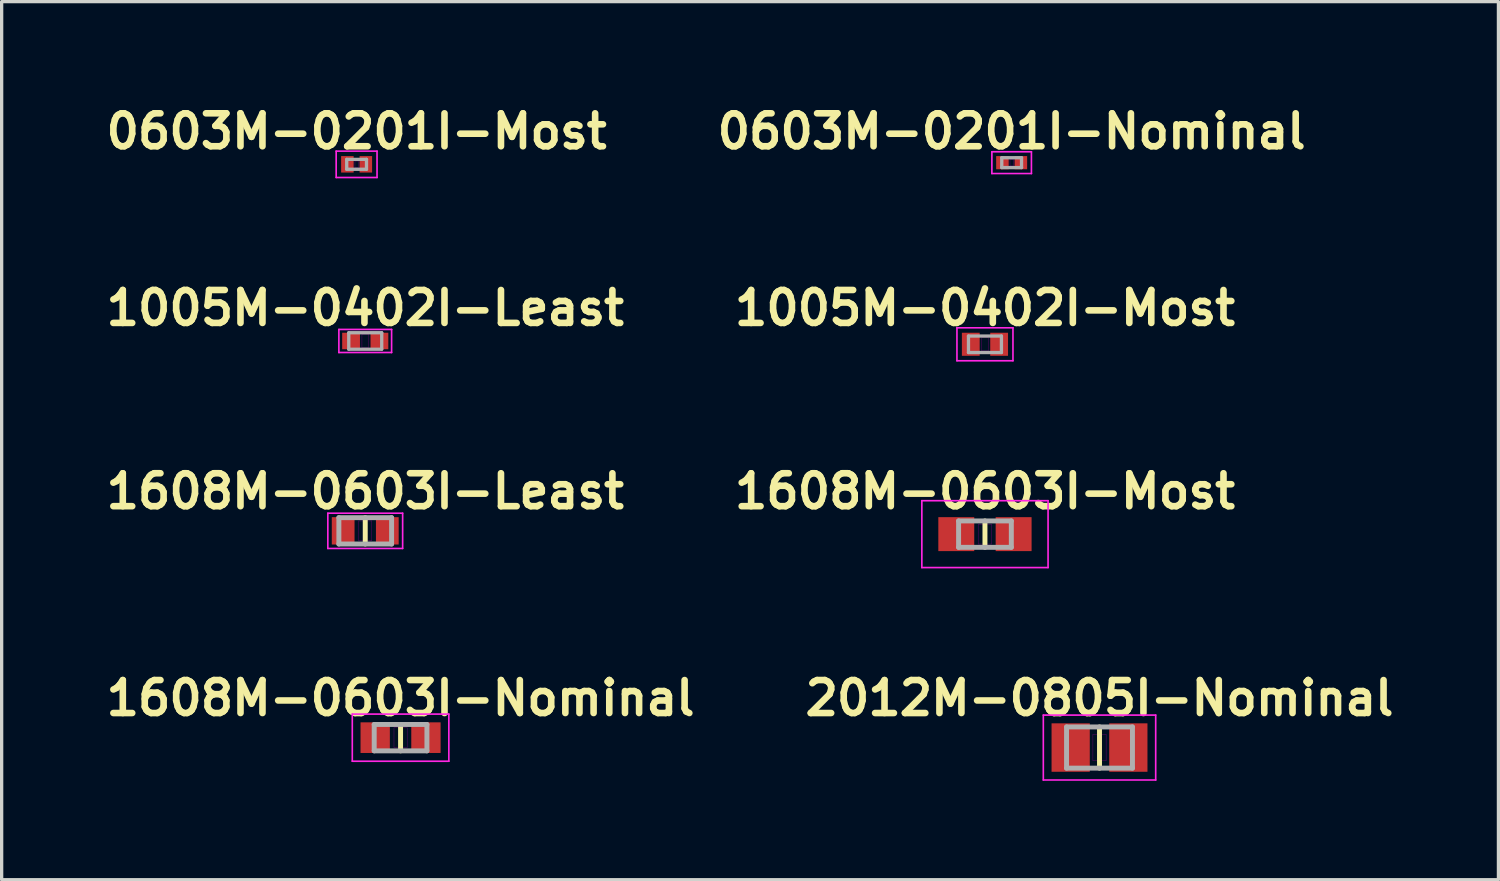
<source format=kicad_pcb>
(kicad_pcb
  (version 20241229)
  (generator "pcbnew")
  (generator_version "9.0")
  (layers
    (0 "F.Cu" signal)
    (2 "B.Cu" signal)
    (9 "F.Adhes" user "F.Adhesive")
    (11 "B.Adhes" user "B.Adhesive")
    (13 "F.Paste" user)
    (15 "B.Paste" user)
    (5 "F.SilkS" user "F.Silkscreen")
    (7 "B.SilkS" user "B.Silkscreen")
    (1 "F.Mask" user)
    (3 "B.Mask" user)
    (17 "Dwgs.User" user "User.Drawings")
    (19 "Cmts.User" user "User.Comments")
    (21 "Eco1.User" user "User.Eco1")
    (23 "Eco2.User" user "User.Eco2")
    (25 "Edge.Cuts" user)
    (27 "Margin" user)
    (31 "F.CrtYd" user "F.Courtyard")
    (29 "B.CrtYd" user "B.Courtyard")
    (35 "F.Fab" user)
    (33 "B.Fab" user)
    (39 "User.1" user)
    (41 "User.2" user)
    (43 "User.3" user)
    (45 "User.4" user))
  (footprint "0603M-0201I-Most"
    (layer "F.Cu")
    (at 7.771 1.936)
    (property "Reference" "0603M-0201I-Most" (at 0 -1 0) (layer "F.SilkS") (effects (font (size 1 1) (thickness 0.2))))
    (attr smd)
    (fp_line (start -0.05 -0.1) (end -0.05 0.1) (stroke (width 0.01) (type solid)) (layer "F.Adhes"))
    (fp_line (start -0.05 0.1) (end 0.05 0.1) (stroke (width 0.01) (type solid)) (layer "F.Adhes"))
    (fp_line (start 0.05 -0.1) (end -0.05 -0.1) (stroke (width 0.01) (type solid)) (layer "F.Adhes"))
    (fp_line (start 0.05 0.1) (end 0.05 -0.1) (stroke (width 0.01) (type solid)) (layer "F.Adhes"))
    (fp_line (start -0.62 -0.4) (end 0.62 -0.4) (stroke (width 0.05) (type solid)) (layer "F.CrtYd"))
    (fp_line (start -0.62 0.4) (end -0.62 -0.4) (stroke (width 0.05) (type solid)) (layer "F.CrtYd"))
    (fp_line (start 0.62 -0.4) (end 0.62 0.4) (stroke (width 0.05) (type solid)) (layer "F.CrtYd"))
    (fp_line (start 0.62 0.4) (end -0.62 0.4) (stroke (width 0.05) (type solid)) (layer "F.CrtYd"))
    (fp_line (start -0.3 -0.15) (end -0.3 0.15) (stroke (width 0.1) (type solid)) (layer "F.Fab"))
    (fp_line (start -0.3 0.15) (end 0.3 0.15) (stroke (width 0.1) (type solid)) (layer "F.Fab"))
    (fp_line (start 0.3 -0.15) (end -0.3 -0.15) (stroke (width 0.1) (type solid)) (layer "F.Fab"))
    (fp_line (start 0.3 0.15) (end 0.3 -0.15) (stroke (width 0.1) (type solid)) (layer "F.Fab"))
    (pad "1" smd rect (at -0.28 0) (size 0.38 0.5) (layers "F.Cu" "F.Mask" "F.Paste"))
    (pad "2" smd rect (at 0.28 0) (size 0.38 0.5) (layers "F.Cu" "F.Mask" "F.Paste")))
  (footprint "1608M-0603I-Least"
    (layer "F.Cu")
    (at 8.033 13.058)
    (property "Reference" "1608M-0603I-Least" (at 0 -1.2 0) (layer "F.SilkS") (effects (font (size 1 1) (thickness 0.2))))
    (attr smd)
    (fp_line (start 0 0.4) (end 0 -0.4) (stroke (width 0.15) (type solid)) (layer "F.SilkS"))
    (fp_line (start -0.2 -0.3) (end -0.2 0.3) (stroke (width 0.01) (type solid)) (layer "F.Adhes"))
    (fp_line (start -0.2 0.3) (end 0.2 0.3) (stroke (width 0.01) (type solid)) (layer "F.Adhes"))
    (fp_line (start 0.2 -0.3) (end -0.2 -0.3) (stroke (width 0.01) (type solid)) (layer "F.Adhes"))
    (fp_line (start 0.2 0.3) (end 0.2 -0.3) (stroke (width 0.01) (type solid)) (layer "F.Adhes"))
    (fp_line (start -1.135 -0.535) (end 1.135 -0.535) (stroke (width 0.05) (type solid)) (layer "F.CrtYd"))
    (fp_line (start -1.135 0.535) (end -1.135 -0.535) (stroke (width 0.05) (type solid)) (layer "F.CrtYd"))
    (fp_line (start 1.135 -0.535) (end 1.135 0.535) (stroke (width 0.05) (type solid)) (layer "F.CrtYd"))
    (fp_line (start 1.135 0.535) (end -1.135 0.535) (stroke (width 0.05) (type solid)) (layer "F.CrtYd"))
    (fp_line (start -0.8 -0.4) (end -0.8 0.4) (stroke (width 0.15) (type solid)) (layer "F.Fab"))
    (fp_line (start -0.8 0.4) (end 0.8 0.4) (stroke (width 0.15) (type solid)) (layer "F.Fab"))
    (fp_line (start 0.8 -0.4) (end -0.8 -0.4) (stroke (width 0.15) (type solid)) (layer "F.Fab"))
    (fp_line (start 0.8 0.4) (end 0.8 -0.4) (stroke (width 0.15) (type solid)) (layer "F.Fab"))
    (pad "1" smd rect (at -0.67 0) (size 0.69 0.83) (layers "F.Cu" "F.Mask" "F.Paste"))
    (pad "2" smd rect (at 0.67 0) (size 0.69 0.83) (layers "F.Cu" "F.Mask" "F.Paste")))
  (footprint "2012M-0805I-Nominal"
    (layer "F.Cu")
    (at 30.314 19.634)
    (property "Reference" "2012M-0805I-Nominal" (at 0 -1.5 0) (layer "F.SilkS") (effects (font (size 1 1) (thickness 0.2))))
    (attr smd)
    (fp_line (start 0 -0.625) (end 0 0.625) (stroke (width 0.15) (type solid)) (layer "F.SilkS"))
    (fp_line (start -0.2 -0.4) (end -0.2 0.4) (stroke (width 0.01) (type solid)) (layer "F.Adhes"))
    (fp_line (start -0.2 0.4) (end 0.2 0.4) (stroke (width 0.01) (type solid)) (layer "F.Adhes"))
    (fp_line (start 0.2 -0.4) (end -0.2 -0.4) (stroke (width 0.01) (type solid)) (layer "F.Adhes"))
    (fp_line (start 0.2 0.4) (end 0.2 -0.4) (stroke (width 0.01) (type solid)) (layer "F.Adhes"))
    (fp_line (start -1.705 -0.985) (end 1.705 -0.985) (stroke (width 0.05) (type solid)) (layer "F.CrtYd"))
    (fp_line (start -1.705 0.985) (end -1.705 -0.985) (stroke (width 0.05) (type solid)) (layer "F.CrtYd"))
    (fp_line (start 1.705 -0.985) (end 1.705 0.985) (stroke (width 0.05) (type solid)) (layer "F.CrtYd"))
    (fp_line (start 1.705 0.985) (end -1.705 0.985) (stroke (width 0.05) (type solid)) (layer "F.CrtYd"))
    (fp_line (start -1 -0.625) (end -1 0.625) (stroke (width 0.15) (type solid)) (layer "F.Fab"))
    (fp_line (start -1 0.625) (end 1 0.625) (stroke (width 0.15) (type solid)) (layer "F.Fab"))
    (fp_line (start 1 -0.625) (end -1 -0.625) (stroke (width 0.15) (type solid)) (layer "F.Fab"))
    (fp_line (start 1 0.625) (end 1 -0.625) (stroke (width 0.15) (type solid)) (layer "F.Fab"))
    (pad "1" smd rect (at -0.875 0) (size 1.16 1.47) (layers "F.Cu" "F.Mask" "F.Paste"))
    (pad "2" smd rect (at 0.875 0) (size 1.16 1.47) (layers "F.Cu" "F.Mask" "F.Paste")))
  (footprint "1608M-0603I-Nominal"
    (layer "F.Cu")
    (at 9.105 19.334)
    (property "Reference" "1608M-0603I-Nominal" (at 0 -1.2 0) (layer "F.SilkS") (effects (font (size 1 1) (thickness 0.2))))
    (attr smd)
    (fp_line (start 0 0.4) (end 0 -0.4) (stroke (width 0.15) (type solid)) (layer "F.SilkS"))
    (fp_line (start -0.2 -0.3) (end -0.2 0.3) (stroke (width 0.01) (type solid)) (layer "F.Adhes"))
    (fp_line (start -0.2 0.3) (end 0.2 0.3) (stroke (width 0.01) (type solid)) (layer "F.Adhes"))
    (fp_line (start 0.2 -0.3) (end -0.2 -0.3) (stroke (width 0.01) (type solid)) (layer "F.Adhes"))
    (fp_line (start 0.2 0.3) (end 0.2 -0.3) (stroke (width 0.01) (type solid)) (layer "F.Adhes"))
    (fp_line (start -1.465 -0.715) (end 1.465 -0.715) (stroke (width 0.05) (type solid)) (layer "F.CrtYd"))
    (fp_line (start -1.465 0.715) (end -1.465 -0.715) (stroke (width 0.05) (type solid)) (layer "F.CrtYd"))
    (fp_line (start 1.465 -0.715) (end 1.465 0.715) (stroke (width 0.05) (type solid)) (layer "F.CrtYd"))
    (fp_line (start 1.465 0.715) (end -1.465 0.715) (stroke (width 0.05) (type solid)) (layer "F.CrtYd"))
    (fp_line (start -0.8 -0.4) (end -0.8 0.4) (stroke (width 0.15) (type solid)) (layer "F.Fab"))
    (fp_line (start -0.8 0.4) (end 0.8 0.4) (stroke (width 0.15) (type solid)) (layer "F.Fab"))
    (fp_line (start 0.8 -0.4) (end -0.8 -0.4) (stroke (width 0.15) (type solid)) (layer "F.Fab"))
    (fp_line (start 0.8 0.4) (end 0.8 -0.4) (stroke (width 0.15) (type solid)) (layer "F.Fab"))
    (pad "1" smd rect (at -0.77 0) (size 0.89 0.93) (layers "F.Cu" "F.Mask" "F.Paste"))
    (pad "2" smd rect (at 0.77 0) (size 0.89 0.93) (layers "F.Cu" "F.Mask" "F.Paste")))
  (footprint "1608M-0603I-Most"
    (layer "F.Cu")
    (at 26.838 13.158)
    (property "Reference" "1608M-0603I-Most" (at 0 -1.3 0) (layer "F.SilkS") (effects (font (size 1 1) (thickness 0.2))))
    (attr smd)
    (fp_line (start 0 -0.4) (end 0 0.4) (stroke (width 0.15) (type solid)) (layer "F.SilkS"))
    (fp_line (start -0.2 -0.3) (end -0.2 0.3) (stroke (width 0.01) (type solid)) (layer "F.Adhes"))
    (fp_line (start -0.2 0.3) (end 0.2 0.3) (stroke (width 0.01) (type solid)) (layer "F.Adhes"))
    (fp_line (start 0.2 -0.3) (end -0.2 -0.3) (stroke (width 0.01) (type solid)) (layer "F.Adhes"))
    (fp_line (start 0.2 0.3) (end 0.2 -0.3) (stroke (width 0.01) (type solid)) (layer "F.Adhes"))
    (fp_line (start -1.915 -1.015) (end 1.915 -1.015) (stroke (width 0.05) (type solid)) (layer "F.CrtYd"))
    (fp_line (start -1.915 1.015) (end -1.915 -1.015) (stroke (width 0.05) (type solid)) (layer "F.CrtYd"))
    (fp_line (start 1.915 -1.015) (end 1.915 1.015) (stroke (width 0.05) (type solid)) (layer "F.CrtYd"))
    (fp_line (start 1.915 1.015) (end -1.915 1.015) (stroke (width 0.05) (type solid)) (layer "F.CrtYd"))
    (fp_line (start -0.8 -0.4) (end -0.8 0.4) (stroke (width 0.15) (type solid)) (layer "F.Fab"))
    (fp_line (start -0.8 0.4) (end 0.8 0.4) (stroke (width 0.15) (type solid)) (layer "F.Fab"))
    (fp_line (start 0.8 -0.4) (end -0.8 -0.4) (stroke (width 0.15) (type solid)) (layer "F.Fab"))
    (fp_line (start 0.8 0.4) (end 0.8 -0.4) (stroke (width 0.15) (type solid)) (layer "F.Fab"))
    (pad "1" smd rect (at -0.87 0) (size 1.09 1.03) (layers "F.Cu" "F.Mask" "F.Paste"))
    (pad "2" smd rect (at 0.87 0) (size 1.09 1.03) (layers "F.Cu" "F.Mask" "F.Paste")))
  (footprint "1005M-0402I-Most"
    (layer "F.Cu")
    (at 26.838 7.397)
    (property "Reference" "1005M-0402I-Most" (at 0 -1.1 0) (layer "F.SilkS") (effects (font (size 1 1) (thickness 0.2))))
    (attr smd)
    (fp_line (start -0.1 -0.2) (end -0.1 0.2) (stroke (width 0.01) (type solid)) (layer "F.Adhes"))
    (fp_line (start -0.1 0.2) (end 0.1 0.2) (stroke (width 0.01) (type solid)) (layer "F.Adhes"))
    (fp_line (start 0.1 -0.2) (end -0.1 -0.2) (stroke (width 0.01) (type solid)) (layer "F.Adhes"))
    (fp_line (start 0.1 0.2) (end 0.1 -0.2) (stroke (width 0.01) (type solid)) (layer "F.Adhes"))
    (fp_line (start -0.85 -0.5) (end 0.85 -0.5) (stroke (width 0.05) (type solid)) (layer "F.CrtYd"))
    (fp_line (start -0.85 0.5) (end -0.85 -0.5) (stroke (width 0.05) (type solid)) (layer "F.CrtYd"))
    (fp_line (start 0.85 -0.5) (end 0.85 0.5) (stroke (width 0.05) (type solid)) (layer "F.CrtYd"))
    (fp_line (start 0.85 0.5) (end -0.85 0.5) (stroke (width 0.05) (type solid)) (layer "F.CrtYd"))
    (fp_line (start -0.5 -0.25) (end -0.5 0.25) (stroke (width 0.1) (type solid)) (layer "F.Fab"))
    (fp_line (start -0.5 0.25) (end 0.5 0.25) (stroke (width 0.1) (type solid)) (layer "F.Fab"))
    (fp_line (start 0.5 -0.25) (end -0.5 -0.25) (stroke (width 0.1) (type solid)) (layer "F.Fab"))
    (fp_line (start 0.5 0.25) (end 0.5 -0.25) (stroke (width 0.1) (type solid)) (layer "F.Fab"))
    (pad "1" smd rect (at -0.43 0) (size 0.54 0.7) (layers "F.Cu" "F.Mask" "F.Paste"))
    (pad "2" smd rect (at 0.43 0) (size 0.54 0.7) (layers "F.Cu" "F.Mask" "F.Paste")))
  (footprint "0603M-0201I-Nominal"
    (layer "F.Cu")
    (at 27.648 1.886)
    (property "Reference" "0603M-0201I-Nominal" (at 0 -0.95 0) (layer "F.SilkS") (effects (font (size 1 1) (thickness 0.2))))
    (attr smd)
    (fp_line (start -0.05 -0.1) (end -0.05 0.1) (stroke (width 0.01) (type solid)) (layer "F.Adhes"))
    (fp_line (start -0.05 0.1) (end 0.05 0.1) (stroke (width 0.01) (type solid)) (layer "F.Adhes"))
    (fp_line (start 0.05 -0.1) (end -0.05 -0.1) (stroke (width 0.01) (type solid)) (layer "F.Adhes"))
    (fp_line (start 0.05 0.1) (end 0.05 -0.1) (stroke (width 0.01) (type solid)) (layer "F.Adhes"))
    (fp_line (start -0.6 -0.33) (end 0.6 -0.33) (stroke (width 0.05) (type solid)) (layer "F.CrtYd"))
    (fp_line (start -0.6 0.33) (end -0.6 -0.33) (stroke (width 0.05) (type solid)) (layer "F.CrtYd"))
    (fp_line (start 0.6 -0.33) (end 0.6 0.33) (stroke (width 0.05) (type solid)) (layer "F.CrtYd"))
    (fp_line (start 0.6 0.33) (end -0.6 0.33) (stroke (width 0.05) (type solid)) (layer "F.CrtYd"))
    (fp_line (start -0.3 -0.15) (end -0.3 0.15) (stroke (width 0.1) (type solid)) (layer "F.Fab"))
    (fp_line (start -0.3 0.15) (end 0.3 0.15) (stroke (width 0.1) (type solid)) (layer "F.Fab"))
    (fp_line (start 0.3 -0.15) (end -0.3 -0.15) (stroke (width 0.1) (type solid)) (layer "F.Fab"))
    (fp_line (start 0.3 0.15) (end 0.3 -0.15) (stroke (width 0.1) (type solid)) (layer "F.Fab"))
    (pad "1" smd rect (at -0.28 0) (size 0.38 0.4) (layers "F.Cu" "F.Mask" "F.Paste"))
    (pad "2" smd rect (at 0.28 0) (size 0.38 0.4) (layers "F.Cu" "F.Mask" "F.Paste")))
  (footprint "1005M-0402I-Least"
    (layer "F.Cu")
    (at 8.033 7.297)
    (property "Reference" "1005M-0402I-Least" (at 0 -1 0) (layer "F.SilkS") (effects (font (size 1 1) (thickness 0.2))))
    (attr smd)
    (fp_line (start -0.1 -0.2) (end -0.1 0.2) (stroke (width 0.01) (type solid)) (layer "F.Adhes"))
    (fp_line (start -0.1 0.2) (end 0.1 0.2) (stroke (width 0.01) (type solid)) (layer "F.Adhes"))
    (fp_line (start 0.1 -0.2) (end -0.1 -0.2) (stroke (width 0.01) (type solid)) (layer "F.Adhes"))
    (fp_line (start 0.1 0.2) (end 0.1 -0.2) (stroke (width 0.01) (type solid)) (layer "F.Adhes"))
    (fp_line (start -0.8 -0.35) (end 0.8 -0.35) (stroke (width 0.05) (type solid)) (layer "F.CrtYd"))
    (fp_line (start -0.8 0.35) (end -0.8 -0.35) (stroke (width 0.05) (type solid)) (layer "F.CrtYd"))
    (fp_line (start 0.8 -0.35) (end 0.8 0.35) (stroke (width 0.05) (type solid)) (layer "F.CrtYd"))
    (fp_line (start 0.8 0.35) (end -0.8 0.35) (stroke (width 0.05) (type solid)) (layer "F.CrtYd"))
    (fp_line (start -0.5 -0.25) (end -0.5 0.25) (stroke (width 0.1) (type solid)) (layer "F.Fab"))
    (fp_line (start -0.5 0.25) (end 0.5 0.25) (stroke (width 0.1) (type solid)) (layer "F.Fab"))
    (fp_line (start 0.5 -0.25) (end -0.5 -0.25) (stroke (width 0.1) (type solid)) (layer "F.Fab"))
    (fp_line (start 0.5 0.25) (end 0.5 -0.25) (stroke (width 0.1) (type solid)) (layer "F.Fab"))
    (pad "1" smd rect (at -0.43 0) (size 0.54 0.5) (layers "F.Cu" "F.Mask" "F.Paste"))
    (pad "2" smd rect (at 0.43 0) (size 0.54 0.5) (layers "F.Cu" "F.Mask" "F.Paste")))
  (gr_rect
    (start -3 -3)
    (end 42.419 23.644)
    (stroke (width 0.1) (type default))
    (fill no)
    (layer "Edge.Cuts")))
</source>
